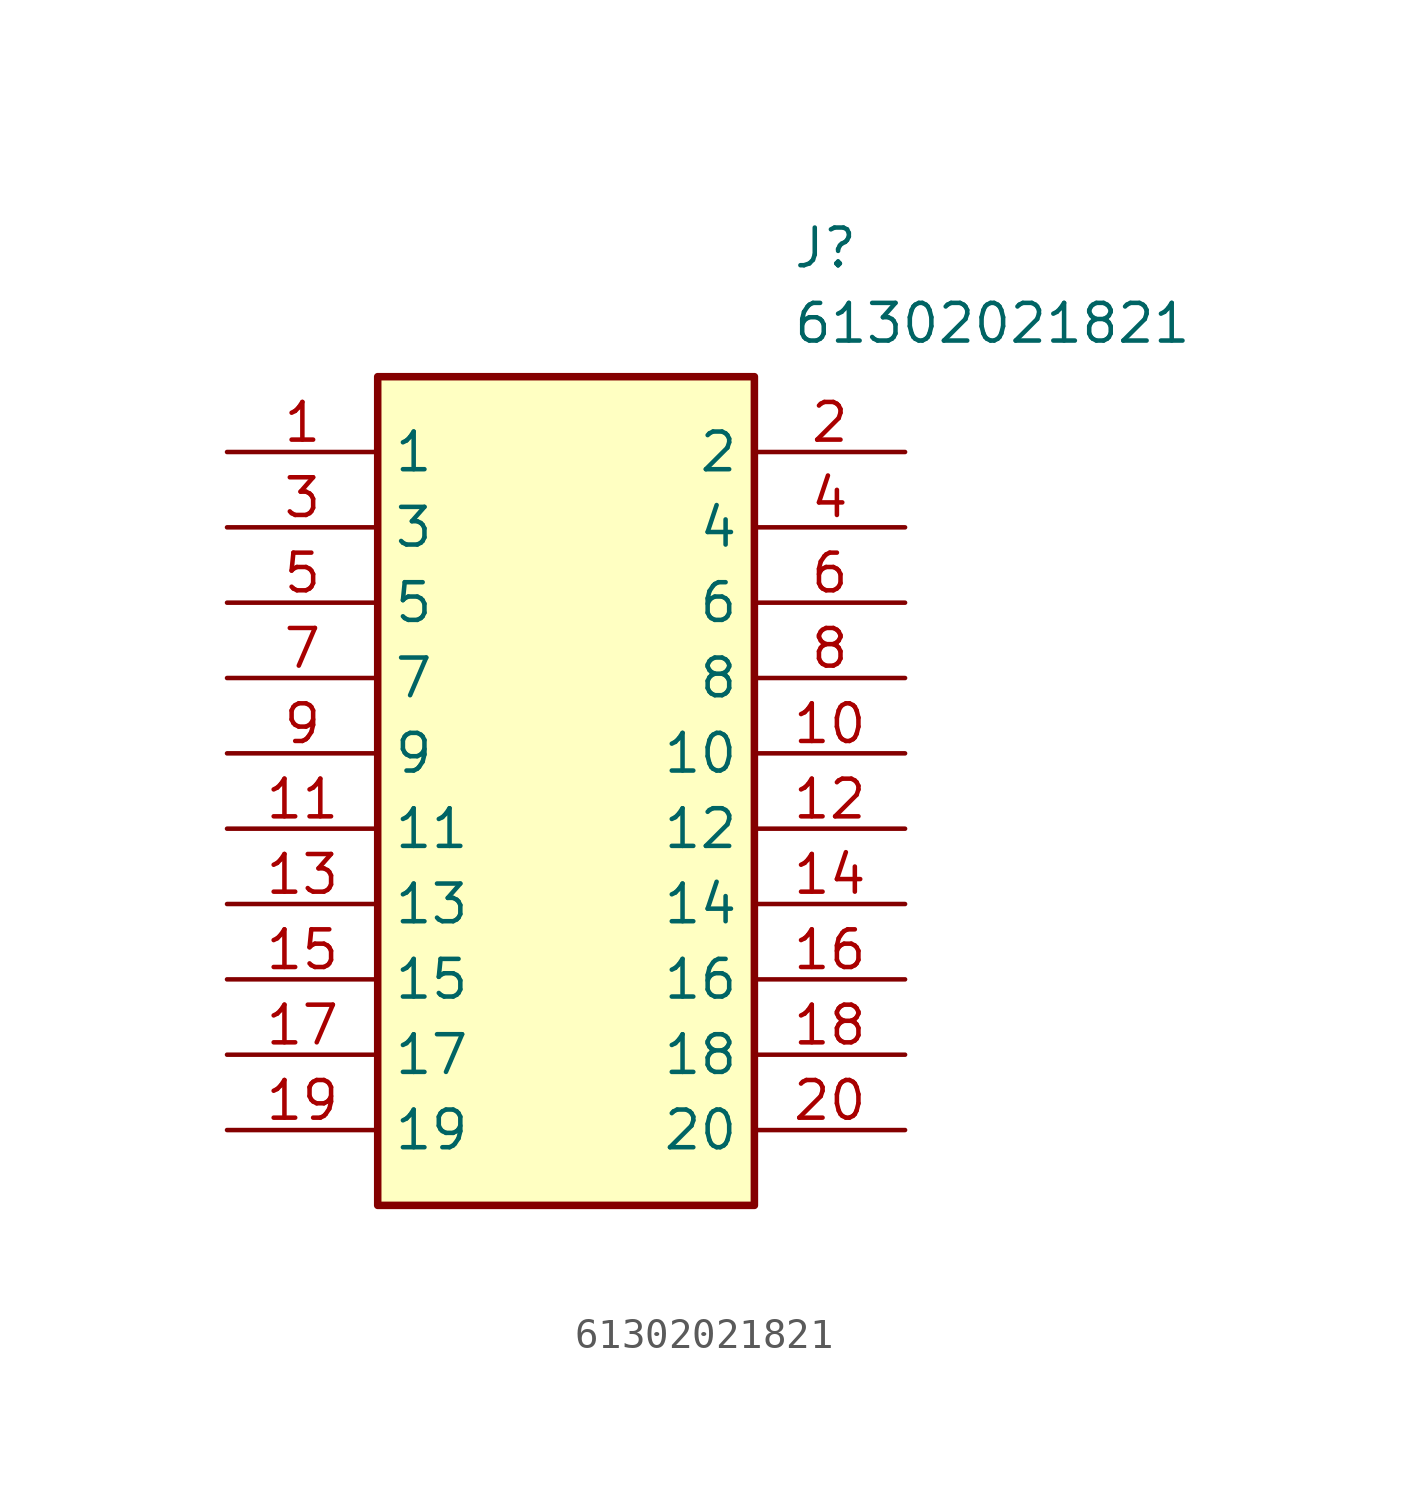
<source format=kicad_sym>
(kicad_symbol_lib
  (version 20211014)
  (generator SamacSys_ECAD_Model)
  (symbol "61302021821"
    (property "Reference" "J"
      (at 19.05 7.62 0)
      (effects (font (size 1.27 1.27)) (justify left top)))
    (property "Value" "61302021821"
      (at 19.05 5.08 0)
      (effects (font (size 1.27 1.27)) (justify left top)))
    (rectangle
      (start 5.08 2.54)
      (end 17.78 -25.4)
      (stroke (width 0.254) (type default))
      (fill (type background)))
    (pin passive line
      (at 0 0 0)
      (length 5.08)
      (name "1" (effects (font (size 1.27 1.27))))
      (number "1" (effects (font (size 1.27 1.27)))))
    (pin passive line
      (at 0 -2.54 0)
      (length 5.08)
      (name "3" (effects (font (size 1.27 1.27))))
      (number "3" (effects (font (size 1.27 1.27)))))
    (pin passive line
      (at 0 -5.08 0)
      (length 5.08)
      (name "5" (effects (font (size 1.27 1.27))))
      (number "5" (effects (font (size 1.27 1.27)))))
    (pin passive line
      (at 0 -7.62 0)
      (length 5.08)
      (name "7" (effects (font (size 1.27 1.27))))
      (number "7" (effects (font (size 1.27 1.27)))))
    (pin passive line
      (at 0 -10.16 0)
      (length 5.08)
      (name "9" (effects (font (size 1.27 1.27))))
      (number "9" (effects (font (size 1.27 1.27)))))
    (pin passive line
      (at 0 -12.7 0)
      (length 5.08)
      (name "11" (effects (font (size 1.27 1.27))))
      (number "11" (effects (font (size 1.27 1.27)))))
    (pin passive line
      (at 0 -15.24 0)
      (length 5.08)
      (name "13" (effects (font (size 1.27 1.27))))
      (number "13" (effects (font (size 1.27 1.27)))))
    (pin passive line
      (at 0 -17.78 0)
      (length 5.08)
      (name "15" (effects (font (size 1.27 1.27))))
      (number "15" (effects (font (size 1.27 1.27)))))
    (pin passive line
      (at 0 -20.32 0)
      (length 5.08)
      (name "17" (effects (font (size 1.27 1.27))))
      (number "17" (effects (font (size 1.27 1.27)))))
    (pin passive line
      (at 0 -22.86 0)
      (length 5.08)
      (name "19" (effects (font (size 1.27 1.27))))
      (number "19" (effects (font (size 1.27 1.27)))))
    (pin passive line
      (at 22.86 0 180)
      (length 5.08)
      (name "2" (effects (font (size 1.27 1.27))))
      (number "2" (effects (font (size 1.27 1.27)))))
    (pin passive line
      (at 22.86 -2.54 180)
      (length 5.08)
      (name "4" (effects (font (size 1.27 1.27))))
      (number "4" (effects (font (size 1.27 1.27)))))
    (pin passive line
      (at 22.86 -5.08 180)
      (length 5.08)
      (name "6" (effects (font (size 1.27 1.27))))
      (number "6" (effects (font (size 1.27 1.27)))))
    (pin passive line
      (at 22.86 -7.62 180)
      (length 5.08)
      (name "8" (effects (font (size 1.27 1.27))))
      (number "8" (effects (font (size 1.27 1.27)))))
    (pin passive line
      (at 22.86 -10.16 180)
      (length 5.08)
      (name "10" (effects (font (size 1.27 1.27))))
      (number "10" (effects (font (size 1.27 1.27)))))
    (pin passive line
      (at 22.86 -12.7 180)
      (length 5.08)
      (name "12" (effects (font (size 1.27 1.27))))
      (number "12" (effects (font (size 1.27 1.27)))))
    (pin passive line
      (at 22.86 -15.24 180)
      (length 5.08)
      (name "14" (effects (font (size 1.27 1.27))))
      (number "14" (effects (font (size 1.27 1.27)))))
    (pin passive line
      (at 22.86 -17.78 180)
      (length 5.08)
      (name "16" (effects (font (size 1.27 1.27))))
      (number "16" (effects (font (size 1.27 1.27)))))
    (pin passive line
      (at 22.86 -20.32 180)
      (length 5.08)
      (name "18" (effects (font (size 1.27 1.27))))
      (number "18" (effects (font (size 1.27 1.27)))))
    (pin passive line
      (at 22.86 -22.86 180)
      (length 5.08)
      (name "20" (effects (font (size 1.27 1.27))))
      (number "20" (effects (font (size 1.27 1.27)))))))
</source>
